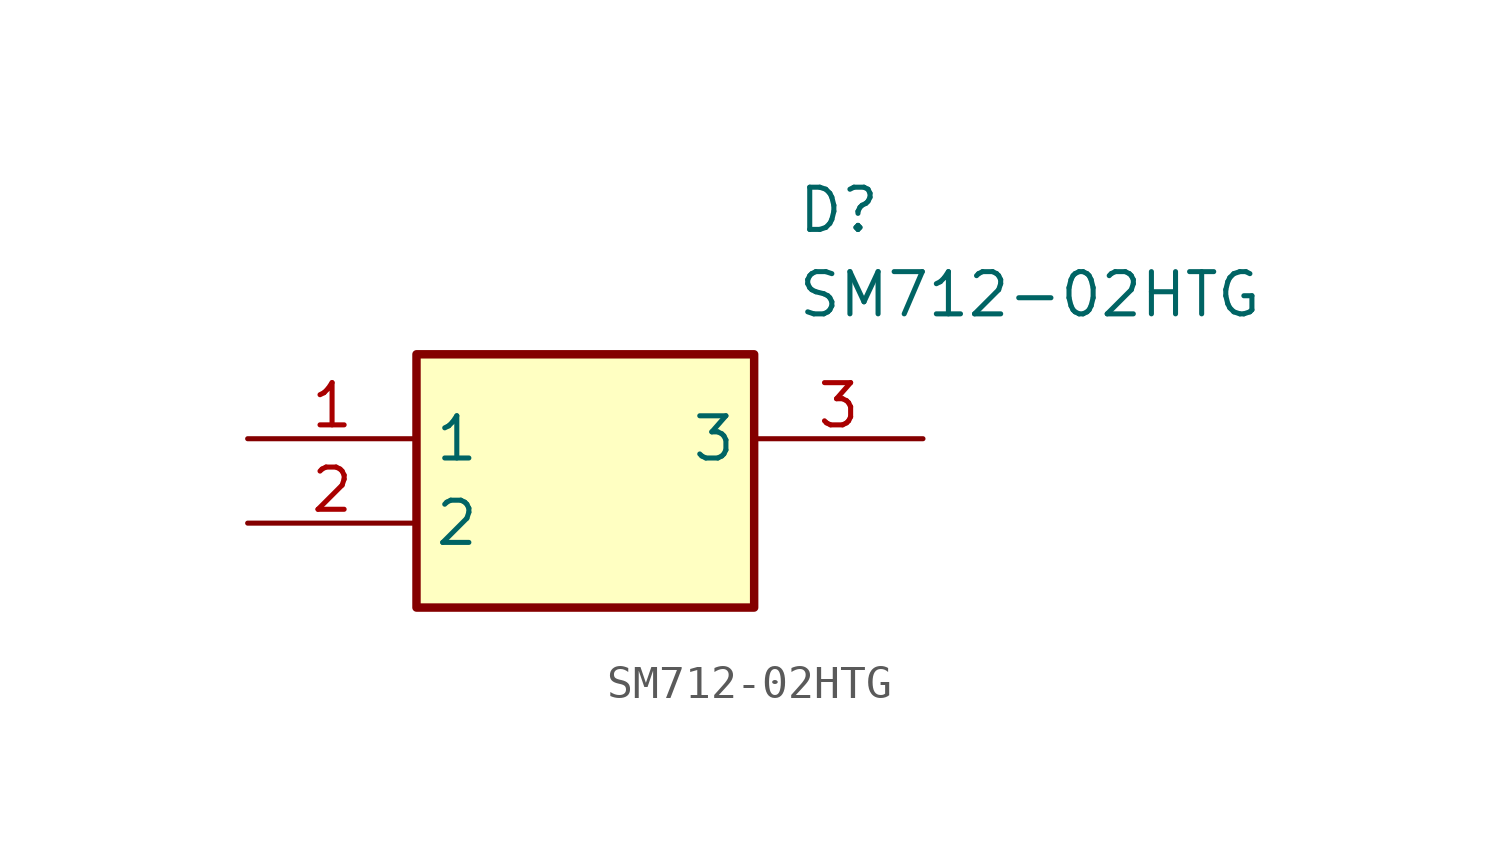
<source format=kicad_sym>
(kicad_symbol_lib
  (version 20211014)
  (generator SamacSys_ECAD_Model)
  (symbol "SM712-02HTG"
    (property "Reference" "D"
      (at 16.51 7.62 0)
      (effects (font (size 1.27 1.27)) (justify left top)))
    (property "Value" "SM712-02HTG"
      (at 16.51 5.08 0)
      (effects (font (size 1.27 1.27)) (justify left top)))
    (rectangle
      (start 5.08 2.54)
      (end 15.24 -5.08)
      (stroke (width 0.254) (type default))
      (fill (type background)))
    (pin passive line
      (at 0 0 0)
      (length 5.08)
      (name "1" (effects (font (size 1.27 1.27))))
      (number "1" (effects (font (size 1.27 1.27)))))
    (pin passive line
      (at 0 -2.54 0)
      (length 5.08)
      (name "2" (effects (font (size 1.27 1.27))))
      (number "2" (effects (font (size 1.27 1.27)))))
    (pin passive line
      (at 20.32 0 180)
      (length 5.08)
      (name "3" (effects (font (size 1.27 1.27))))
      (number "3" (effects (font (size 1.27 1.27)))))))
</source>
